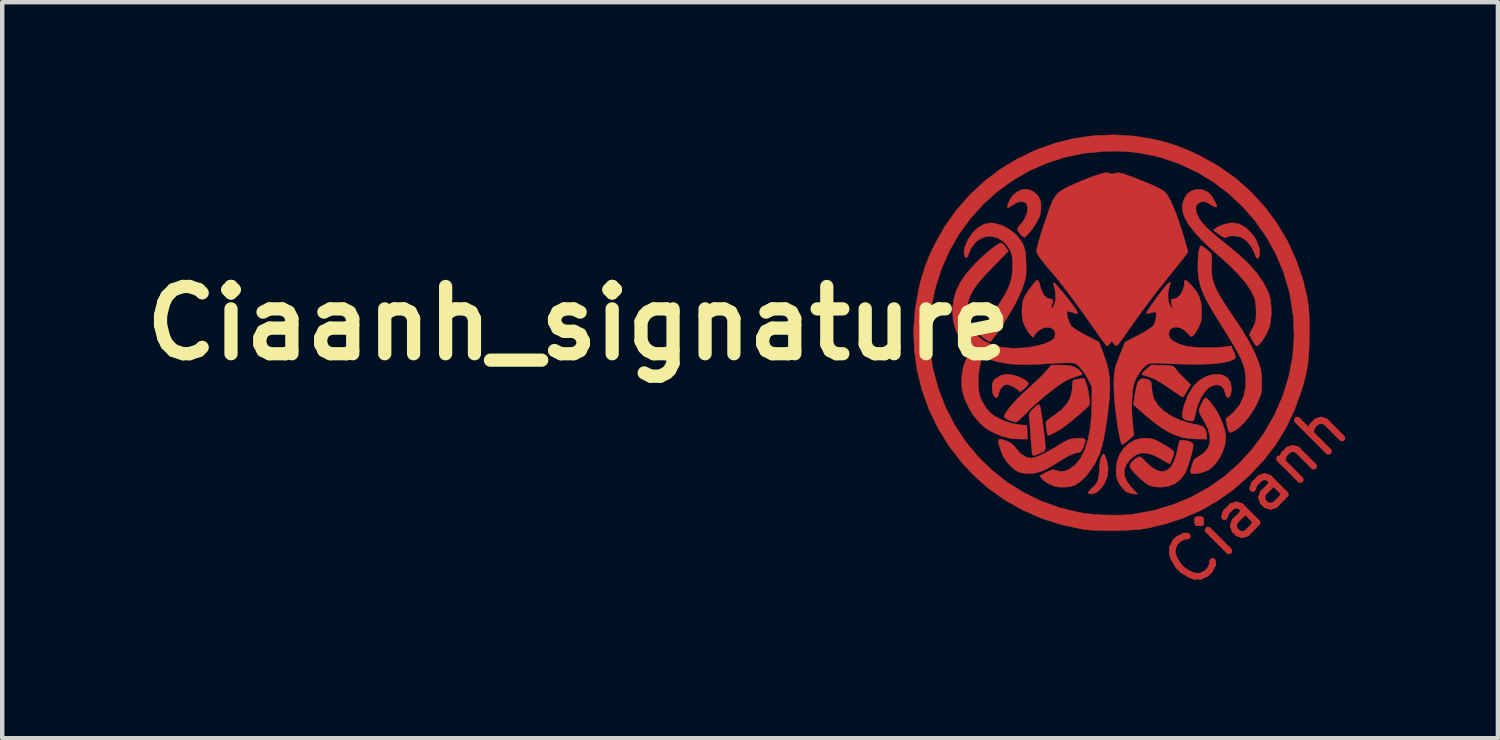
<source format=kicad_pcb>
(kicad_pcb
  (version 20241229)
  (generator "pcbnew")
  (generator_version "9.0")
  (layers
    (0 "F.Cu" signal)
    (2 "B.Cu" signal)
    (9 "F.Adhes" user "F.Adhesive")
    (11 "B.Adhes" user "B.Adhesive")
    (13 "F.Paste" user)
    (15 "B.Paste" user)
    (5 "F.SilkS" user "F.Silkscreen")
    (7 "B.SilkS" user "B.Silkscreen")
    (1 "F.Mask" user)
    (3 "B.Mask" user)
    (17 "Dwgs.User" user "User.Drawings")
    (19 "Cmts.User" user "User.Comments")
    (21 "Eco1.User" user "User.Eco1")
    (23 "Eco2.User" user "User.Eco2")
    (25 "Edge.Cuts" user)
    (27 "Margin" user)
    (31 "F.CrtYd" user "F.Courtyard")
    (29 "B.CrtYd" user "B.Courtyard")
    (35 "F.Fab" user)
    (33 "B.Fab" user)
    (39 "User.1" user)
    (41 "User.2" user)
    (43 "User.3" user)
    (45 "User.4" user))
  (footprint "Ciaanh_signature"
    (layer "F.Cu")
    (at 22.058 4.275)
    (property "Reference" "Ciaanh_signature" (at -12 0 0) (layer "F.SilkS") (effects (font (size 1.524 1.524) (thickness 0.3))))
    (attr exclude_from_pos_files exclude_from_bom)
    (fp_poly (pts (xy -0.085 2.976) (xy -0.057 3.029) (xy -0.032 3.109) (xy -0.012 3.202) (xy -0.002 3.296) (xy -0.001 3.327) (xy -0.023 3.479) (xy -0.083 3.626) (xy -0.173 3.753) (xy -0.254 3.825) (xy -0.313 3.852) (xy -0.378 3.866) (xy -0.432 3.864) (xy -0.458 3.846) (xy -0.458 3.842) (xy -0.44 3.811) (xy -0.396 3.762) (xy -0.368 3.736) (xy -0.287 3.654) (xy -0.237 3.568) (xy -0.21 3.464) (xy -0.202 3.329) (xy -0.195 3.2) (xy -0.176 3.089) (xy -0.149 3.007) (xy -0.116 2.963) (xy -0.11 2.96) (xy -0.085 2.976)) (stroke (width 0.01) (type solid)) (fill yes) (layer "F.Cu"))
    (fp_poly (pts (xy 2.958 -2.254) (xy 3.087 -2.187) (xy 3.206 -2.086) (xy 3.309 -1.959) (xy 3.387 -1.815) (xy 3.425 -1.698) (xy 3.435 -1.609) (xy 3.428 -1.532) (xy 3.406 -1.48) (xy 3.38 -1.466) (xy 3.359 -1.488) (xy 3.332 -1.544) (xy 3.315 -1.59) (xy 3.247 -1.732) (xy 3.15 -1.851) (xy 3.035 -1.935) (xy 2.982 -1.958) (xy 2.868 -1.982) (xy 2.762 -1.978) (xy 2.68 -1.947) (xy 2.673 -1.943) (xy 2.637 -1.94) (xy 2.573 -1.972) (xy 2.511 -2.014) (xy 2.38 -2.11) (xy 2.437 -2.156) (xy 2.507 -2.197) (xy 2.608 -2.235) (xy 2.717 -2.264) (xy 2.814 -2.278) (xy 2.829 -2.278) (xy 2.958 -2.254)) (stroke (width 0.01) (type solid)) (fill yes) (layer "F.Cu"))
    (fp_poly (pts (xy -2.151 1.173) (xy -2.054 1.202) (xy -1.959 1.244) (xy -1.877 1.289) (xy -1.822 1.333) (xy -1.804 1.365) (xy -1.823 1.401) (xy -1.869 1.452) (xy -1.897 1.477) (xy -1.991 1.554) (xy -2.062 1.494) (xy -2.138 1.444) (xy -2.222 1.404) (xy -2.226 1.403) (xy -2.293 1.387) (xy -2.341 1.395) (xy -2.385 1.423) (xy -2.442 1.49) (xy -2.478 1.576) (xy -2.5 1.656) (xy -2.521 1.691) (xy -2.548 1.687) (xy -2.581 1.656) (xy -2.614 1.599) (xy -2.628 1.514) (xy -2.63 1.463) (xy -2.626 1.377) (xy -2.611 1.322) (xy -2.575 1.276) (xy -2.548 1.251) (xy -2.435 1.181) (xy -2.3 1.156) (xy -2.151 1.173)) (stroke (width 0.01) (type solid)) (fill yes) (layer "F.Cu"))
    (fp_poly (pts (xy 1.228 0.951) (xy 1.343 0.956) (xy 1.419 0.962) (xy 1.467 0.973) (xy 1.498 0.992) (xy 1.523 1.023) (xy 1.533 1.036) (xy 1.577 1.091) (xy 1.645 1.166) (xy 1.721 1.245) (xy 1.728 1.252) (xy 1.871 1.391) (xy 1.79 1.525) (xy 1.745 1.598) (xy 1.71 1.651) (xy 1.696 1.672) (xy 1.671 1.663) (xy 1.615 1.629) (xy 1.534 1.575) (xy 1.437 1.507) (xy 1.432 1.503) (xy 1.236 1.371) (xy 1.069 1.275) (xy 0.925 1.212) (xy 0.844 1.189) (xy 0.788 1.172) (xy 0.761 1.152) (xy 0.761 1.15) (xy 0.779 1.123) (xy 0.825 1.076) (xy 0.869 1.036) (xy 0.977 0.943) (xy 1.228 0.951)) (stroke (width 0.01) (type solid)) (fill yes) (layer "F.Cu"))
    (fp_poly (pts (xy -1.561 1.847) (xy -1.544 1.881) (xy -1.54 1.893) (xy -1.529 1.946) (xy -1.514 2.039) (xy -1.497 2.159) (xy -1.479 2.295) (xy -1.461 2.435) (xy -1.445 2.569) (xy -1.432 2.684) (xy -1.425 2.77) (xy -1.423 2.805) (xy -1.424 2.847) (xy -1.431 2.877) (xy -1.453 2.901) (xy -1.499 2.926) (xy -1.576 2.959) (xy -1.668 2.996) (xy -1.706 2.99) (xy -1.714 2.981) (xy -1.721 2.948) (xy -1.73 2.873) (xy -1.74 2.767) (xy -1.75 2.64) (xy -1.754 2.58) (xy -1.764 2.439) (xy -1.773 2.311) (xy -1.782 2.205) (xy -1.788 2.135) (xy -1.79 2.12) (xy -1.791 2.066) (xy -1.772 2.018) (xy -1.725 1.962) (xy -1.698 1.936) (xy -1.629 1.872) (xy -1.586 1.843) (xy -1.561 1.847)) (stroke (width 0.01) (type solid)) (fill yes) (layer "F.Cu"))
    (fp_poly (pts (xy 0.84 1.258) (xy 0.904 1.278) (xy 0.945 1.296) (xy 0.968 1.323) (xy 0.98 1.373) (xy 0.985 1.457) (xy 0.998 1.563) (xy 1.021 1.666) (xy 1.039 1.717) (xy 1.127 1.859) (xy 1.259 1.989) (xy 1.43 2.102) (xy 1.634 2.196) (xy 1.865 2.268) (xy 2.063 2.307) (xy 2.151 2.343) (xy 2.209 2.417) (xy 2.234 2.524) (xy 2.234 2.546) (xy 2.234 2.623) (xy 2.025 2.622) (xy 1.903 2.616) (xy 1.781 2.603) (xy 1.682 2.585) (xy 1.675 2.583) (xy 1.522 2.534) (xy 1.371 2.464) (xy 1.214 2.371) (xy 1.044 2.249) (xy 0.855 2.094) (xy 0.712 1.968) (xy 0.573 1.843) (xy 0.6 1.643) (xy 0.619 1.532) (xy 0.642 1.428) (xy 0.665 1.352) (xy 0.667 1.347) (xy 0.707 1.281) (xy 0.761 1.252) (xy 0.84 1.258)) (stroke (width 0.01) (type solid)) (fill yes) (layer "F.Cu"))
    (fp_poly (pts (xy 2.598 1.175) (xy 2.627 1.186) (xy 2.715 1.249) (xy 2.772 1.348) (xy 2.793 1.475) (xy 2.793 1.481) (xy 2.784 1.575) (xy 2.761 1.643) (xy 2.729 1.679) (xy 2.696 1.678) (xy 2.667 1.637) (xy 2.654 1.588) (xy 2.617 1.48) (xy 2.553 1.415) (xy 2.464 1.393) (xy 2.378 1.406) (xy 2.281 1.457) (xy 2.188 1.551) (xy 2.104 1.68) (xy 2.035 1.835) (xy 1.985 2.009) (xy 1.977 2.047) (xy 1.959 2.137) (xy 1.943 2.188) (xy 1.921 2.21) (xy 1.889 2.215) (xy 1.881 2.215) (xy 1.806 2.204) (xy 1.745 2.187) (xy 1.699 2.157) (xy 1.678 2.105) (xy 1.68 2.024) (xy 1.707 1.907) (xy 1.727 1.838) (xy 1.815 1.615) (xy 1.924 1.435) (xy 2.054 1.3) (xy 2.203 1.211) (xy 2.262 1.19) (xy 2.394 1.158) (xy 2.501 1.153) (xy 2.598 1.175)) (stroke (width 0.01) (type solid)) (fill yes) (layer "F.Cu"))
    (fp_poly (pts (xy -1.703 -2.988) (xy -1.61 -2.91) (xy -1.564 -2.845) (xy -1.537 -2.787) (xy -1.522 -2.693) (xy -1.524 -2.578) (xy -1.54 -2.468) (xy -1.555 -2.419) (xy -1.596 -2.333) (xy -1.653 -2.237) (xy -1.718 -2.141) (xy -1.785 -2.055) (xy -1.845 -1.988) (xy -1.891 -1.952) (xy -1.905 -1.949) (xy -1.932 -1.965) (xy -1.977 -2.007) (xy -1.99 -2.02) (xy -2.045 -2.094) (xy -2.053 -2.154) (xy -2.016 -2.206) (xy -1.978 -2.247) (xy -1.928 -2.313) (xy -1.902 -2.354) (xy -1.854 -2.451) (xy -1.83 -2.552) (xy -1.829 -2.643) (xy -1.852 -2.711) (xy -1.879 -2.735) (xy -1.967 -2.76) (xy -2.061 -2.74) (xy -2.158 -2.683) (xy -2.221 -2.642) (xy -2.266 -2.619) (xy -2.279 -2.618) (xy -2.282 -2.653) (xy -2.264 -2.715) (xy -2.232 -2.788) (xy -2.191 -2.859) (xy -2.167 -2.89) (xy -2.06 -2.985) (xy -1.942 -3.033) (xy -1.821 -3.034) (xy -1.703 -2.988)) (stroke (width 0.01) (type solid)) (fill yes) (layer "F.Cu"))
    (fp_poly (pts (xy -0.499 1.357) (xy -0.474 1.441) (xy -0.451 1.543) (xy -0.434 1.65) (xy -0.423 1.747) (xy -0.421 1.82) (xy -0.428 1.851) (xy -0.46 1.889) (xy -0.523 1.95) (xy -0.61 2.027) (xy -0.711 2.113) (xy -0.817 2.201) (xy -0.92 2.283) (xy -1.01 2.351) (xy -1.08 2.4) (xy -1.086 2.403) (xy -1.178 2.456) (xy -1.263 2.5) (xy -1.329 2.53) (xy -1.367 2.541) (xy -1.373 2.537) (xy -1.377 2.51) (xy -1.388 2.448) (xy -1.397 2.398) (xy -1.409 2.317) (xy -1.411 2.253) (xy -1.408 2.232) (xy -1.381 2.202) (xy -1.323 2.154) (xy -1.245 2.1) (xy -1.234 2.092) (xy -1.058 1.96) (xy -0.932 1.819) (xy -0.852 1.668) (xy -0.816 1.502) (xy -0.814 1.45) (xy -0.81 1.369) (xy -0.8 1.31) (xy -0.79 1.291) (xy -0.753 1.279) (xy -0.685 1.266) (xy -0.654 1.261) (xy -0.541 1.246) (xy -0.499 1.357)) (stroke (width 0.01) (type solid)) (fill yes) (layer "F.Cu"))
    (fp_poly (pts (xy -0.954 0.952) (xy -0.848 0.964) (xy -0.778 0.982) (xy -0.712 1.019) (xy -0.648 1.069) (xy -0.601 1.118) (xy -0.585 1.152) (xy -0.607 1.168) (xy -0.664 1.188) (xy -0.703 1.199) (xy -0.799 1.23) (xy -0.904 1.272) (xy -0.939 1.289) (xy -1.039 1.348) (xy -1.164 1.435) (xy -1.306 1.543) (xy -1.455 1.664) (xy -1.601 1.789) (xy -1.735 1.911) (xy -1.841 2.018) (xy -1.925 2.104) (xy -2 2.175) (xy -2.056 2.223) (xy -2.087 2.24) (xy -2.087 2.24) (xy -2.131 2.231) (xy -2.201 2.21) (xy -2.232 2.199) (xy -2.301 2.169) (xy -2.347 2.137) (xy -2.355 2.126) (xy -2.348 2.08) (xy -2.307 2.006) (xy -2.237 1.912) (xy -2.142 1.801) (xy -2.028 1.68) (xy -1.898 1.555) (xy -1.831 1.495) (xy -1.716 1.39) (xy -1.604 1.284) (xy -1.505 1.188) (xy -1.43 1.11) (xy -1.409 1.086) (xy -1.29 0.947) (xy -1.077 0.947) (xy -0.954 0.952)) (stroke (width 0.01) (type solid)) (fill yes) (layer "F.Cu"))
    (fp_poly (pts (xy 1.769 2.658) (xy 1.852 2.682) (xy 1.91 2.715) (xy 1.929 2.748) (xy 1.921 2.816) (xy 1.899 2.918) (xy 1.868 3.037) (xy 1.831 3.161) (xy 1.793 3.275) (xy 1.758 3.363) (xy 1.741 3.397) (xy 1.633 3.541) (xy 1.503 3.639) (xy 1.371 3.688) (xy 1.187 3.713) (xy 1.031 3.702) (xy 0.922 3.666) (xy 0.856 3.626) (xy 0.774 3.561) (xy 0.686 3.482) (xy 0.603 3.398) (xy 0.536 3.322) (xy 0.497 3.263) (xy 0.493 3.253) (xy 0.499 3.197) (xy 0.543 3.132) (xy 0.614 3.07) (xy 0.662 3.042) (xy 0.697 3.026) (xy 0.728 3.028) (xy 0.764 3.052) (xy 0.818 3.104) (xy 0.859 3.147) (xy 0.991 3.267) (xy 1.114 3.338) (xy 1.227 3.359) (xy 1.328 3.332) (xy 1.416 3.258) (xy 1.489 3.136) (xy 1.547 2.967) (xy 1.576 2.833) (xy 1.593 2.738) (xy 1.609 2.683) (xy 1.629 2.657) (xy 1.658 2.649) (xy 1.673 2.649) (xy 1.769 2.658)) (stroke (width 0.01) (type solid)) (fill yes) (layer "F.Cu"))
    (fp_poly (pts (xy 2.239 1.704) (xy 2.292 1.759) (xy 2.358 1.842) (xy 2.43 1.943) (xy 2.455 1.982) (xy 2.53 2.117) (xy 2.593 2.268) (xy 2.64 2.416) (xy 2.664 2.547) (xy 2.666 2.587) (xy 2.646 2.751) (xy 2.592 2.918) (xy 2.51 3.076) (xy 2.407 3.212) (xy 2.291 3.312) (xy 2.274 3.322) (xy 2.195 3.359) (xy 2.101 3.387) (xy 2.008 3.405) (xy 1.929 3.41) (xy 1.878 3.399) (xy 1.869 3.391) (xy 1.862 3.345) (xy 1.865 3.33) (xy 1.878 3.286) (xy 1.897 3.215) (xy 1.904 3.189) (xy 1.936 3.106) (xy 1.987 3.054) (xy 2.013 3.04) (xy 2.157 2.947) (xy 2.253 2.836) (xy 2.303 2.707) (xy 2.305 2.559) (xy 2.261 2.393) (xy 2.169 2.208) (xy 2.136 2.155) (xy 2.093 2.078) (xy 2.064 2.013) (xy 2.056 1.982) (xy 2.067 1.936) (xy 2.094 1.868) (xy 2.129 1.794) (xy 2.165 1.73) (xy 2.195 1.69) (xy 2.205 1.684) (xy 2.239 1.704)) (stroke (width 0.01) (type solid)) (fill yes) (layer "F.Cu"))
    (fp_poly (pts (xy -3.098 0.722) (xy -3.03 0.753) (xy -3.023 0.757) (xy -2.952 0.795) (xy -2.902 0.826) (xy -2.888 0.839) (xy -2.887 0.873) (xy -2.898 0.939) (xy -2.913 0.998) (xy -2.938 1.151) (xy -2.942 1.35) (xy -2.941 1.379) (xy -2.934 1.502) (xy -2.922 1.593) (xy -2.901 1.668) (xy -2.866 1.747) (xy -2.853 1.774) (xy -2.797 1.869) (xy -2.735 1.958) (xy -2.689 2.011) (xy -2.561 2.11) (xy -2.398 2.195) (xy -2.216 2.259) (xy -2.029 2.297) (xy -1.982 2.301) (xy -1.842 2.312) (xy -1.827 2.623) (xy -2.025 2.622) (xy -2.204 2.61) (xy -2.364 2.571) (xy -2.389 2.563) (xy -2.556 2.497) (xy -2.689 2.431) (xy -2.8 2.355) (xy -2.906 2.26) (xy -2.926 2.241) (xy -3.044 2.097) (xy -3.152 1.925) (xy -3.24 1.741) (xy -3.298 1.564) (xy -3.304 1.539) (xy -3.323 1.362) (xy -3.314 1.169) (xy -3.28 0.984) (xy -3.251 0.896) (xy -3.211 0.796) (xy -3.178 0.738) (xy -3.144 0.715) (xy -3.098 0.722)) (stroke (width 0.01) (type solid)) (fill yes) (layer "F.Cu"))
    (fp_poly (pts (xy 0.94 2.606) (xy 1.012 2.623) (xy 1.077 2.648) (xy 1.165 2.693) (xy 1.263 2.747) (xy 1.356 2.804) (xy 1.431 2.855) (xy 1.474 2.892) (xy 1.488 2.926) (xy 1.48 2.982) (xy 1.457 3.055) (xy 1.428 3.126) (xy 1.403 3.172) (xy 1.392 3.182) (xy 1.362 3.17) (xy 1.301 3.137) (xy 1.221 3.09) (xy 1.205 3.08) (xy 1.034 2.99) (xy 0.885 2.943) (xy 0.753 2.939) (xy 0.633 2.979) (xy 0.52 3.062) (xy 0.504 3.078) (xy 0.409 3.2) (xy 0.365 3.326) (xy 0.372 3.457) (xy 0.429 3.592) (xy 0.537 3.731) (xy 0.538 3.732) (xy 0.667 3.868) (xy 0.578 3.868) (xy 0.493 3.852) (xy 0.407 3.813) (xy 0.403 3.81) (xy 0.34 3.753) (xy 0.277 3.673) (xy 0.247 3.626) (xy 0.207 3.541) (xy 0.186 3.459) (xy 0.178 3.357) (xy 0.178 3.322) (xy 0.199 3.138) (xy 0.259 2.973) (xy 0.352 2.832) (xy 0.473 2.72) (xy 0.615 2.641) (xy 0.773 2.602) (xy 0.94 2.606)) (stroke (width 0.01) (type solid)) (fill yes) (layer "F.Cu"))
    (fp_poly (pts (xy -0.541 2.613) (xy -0.517 2.648) (xy -0.527 2.712) (xy -0.561 2.799) (xy -0.6 2.878) (xy -0.635 2.917) (xy -0.674 2.928) (xy -0.768 2.947) (xy -0.895 3.002) (xy -1.054 3.094) (xy -1.1 3.123) (xy -1.269 3.229) (xy -1.408 3.306) (xy -1.526 3.358) (xy -1.632 3.389) (xy -1.736 3.402) (xy -1.753 3.403) (xy -1.856 3.401) (xy -1.952 3.391) (xy -2.008 3.379) (xy -2.105 3.327) (xy -2.207 3.24) (xy -2.302 3.131) (xy -2.379 3.012) (xy -2.412 2.94) (xy -2.445 2.845) (xy -2.472 2.756) (xy -2.483 2.706) (xy -2.487 2.654) (xy -2.473 2.629) (xy -2.431 2.627) (xy -2.355 2.647) (xy -2.302 2.665) (xy -2.213 2.706) (xy -2.141 2.767) (xy -2.092 2.829) (xy -1.983 2.952) (xy -1.869 3.028) (xy -1.751 3.055) (xy -1.747 3.055) (xy -1.665 3.04) (xy -1.548 2.995) (xy -1.401 2.923) (xy -1.228 2.826) (xy -1.087 2.74) (xy -0.986 2.679) (xy -0.908 2.64) (xy -0.836 2.619) (xy -0.753 2.607) (xy -0.713 2.604) (xy -0.605 2.6) (xy -0.541 2.613)) (stroke (width 0.01) (type solid)) (fill yes) (layer "F.Cu"))
    (fp_poly (pts (xy -2.574 -2.267) (xy -2.397 -2.214) (xy -2.23 -2.124) (xy -2.085 -2.007) (xy -1.973 -1.87) (xy -1.929 -1.788) (xy -1.9 -1.712) (xy -1.881 -1.629) (xy -1.868 -1.525) (xy -1.861 -1.385) (xy -1.86 -1.37) (xy -1.857 -1.235) (xy -1.859 -1.134) (xy -1.869 -1.049) (xy -1.889 -0.963) (xy -1.915 -0.875) (xy -1.956 -0.764) (xy -2.014 -0.629) (xy -2.081 -0.49) (xy -2.131 -0.396) (xy -2.212 -0.255) (xy -2.299 -0.112) (xy -2.386 0.026) (xy -2.47 0.153) (xy -2.546 0.262) (xy -2.609 0.346) (xy -2.655 0.399) (xy -2.677 0.414) (xy -2.716 0.399) (xy -2.778 0.364) (xy -2.817 0.337) (xy -2.876 0.29) (xy -2.914 0.254) (xy -2.922 0.242) (xy -2.908 0.215) (xy -2.87 0.155) (xy -2.814 0.07) (xy -2.746 -0.032) (xy -2.729 -0.056) (xy -2.587 -0.264) (xy -2.472 -0.437) (xy -2.381 -0.582) (xy -2.311 -0.704) (xy -2.259 -0.81) (xy -2.222 -0.907) (xy -2.196 -1) (xy -2.18 -1.095) (xy -2.169 -1.198) (xy -2.162 -1.379) (xy -2.178 -1.524) (xy -2.219 -1.647) (xy -2.265 -1.731) (xy -2.372 -1.853) (xy -2.496 -1.932) (xy -2.629 -1.968) (xy -2.764 -1.964) (xy -2.892 -1.919) (xy -3.007 -1.834) (xy -3.1 -1.712) (xy -3.142 -1.62) (xy -3.178 -1.53) (xy -3.205 -1.486) (xy -3.227 -1.484) (xy -3.249 -1.521) (xy -3.252 -1.53) (xy -3.268 -1.61) (xy -3.256 -1.702) (xy -3.213 -1.817) (xy -3.169 -1.906) (xy -3.068 -2.056) (xy -2.947 -2.17) (xy -2.812 -2.244) (xy -2.669 -2.274) (xy -2.574 -2.267)) (stroke (width 0.01) (type solid)) (fill yes) (layer "F.Cu"))
    (fp_poly (pts (xy 2.132 -1.744) (xy 2.156 -1.73) (xy 2.222 -1.682) (xy 2.288 -1.626) (xy 2.321 -1.592) (xy 2.34 -1.559) (xy 2.348 -1.511) (xy 2.347 -1.436) (xy 2.342 -1.356) (xy 2.339 -1.224) (xy 2.347 -1.103) (xy 2.369 -0.985) (xy 2.409 -0.863) (xy 2.469 -0.731) (xy 2.552 -0.581) (xy 2.66 -0.408) (xy 2.797 -0.204) (xy 2.838 -0.145) (xy 3.04 0.16) (xy 3.203 0.436) (xy 3.328 0.683) (xy 3.414 0.901) (xy 3.449 1.019) (xy 3.469 1.129) (xy 3.478 1.254) (xy 3.479 1.342) (xy 3.478 1.456) (xy 3.472 1.539) (xy 3.457 1.611) (xy 3.43 1.687) (xy 3.386 1.785) (xy 3.366 1.828) (xy 3.286 1.974) (xy 3.192 2.113) (xy 3.089 2.24) (xy 2.985 2.345) (xy 2.885 2.422) (xy 2.798 2.465) (xy 2.76 2.471) (xy 2.732 2.446) (xy 2.705 2.373) (xy 2.691 2.318) (xy 2.676 2.237) (xy 2.668 2.179) (xy 2.669 2.158) (xy 2.849 2.01) (xy 2.983 1.84) (xy 3.071 1.649) (xy 3.115 1.434) (xy 3.116 1.24) (xy 3.108 1.15) (xy 3.096 1.066) (xy 3.075 0.983) (xy 3.045 0.894) (xy 3.003 0.796) (xy 2.945 0.682) (xy 2.871 0.547) (xy 2.776 0.387) (xy 2.658 0.195) (xy 2.516 -0.033) (xy 2.497 -0.064) (xy 2.362 -0.283) (xy 2.255 -0.469) (xy 2.173 -0.631) (xy 2.113 -0.775) (xy 2.072 -0.911) (xy 2.046 -1.044) (xy 2.034 -1.185) (xy 2.031 -1.303) (xy 2.034 -1.427) (xy 2.041 -1.543) (xy 2.052 -1.634) (xy 2.061 -1.673) (xy 2.081 -1.735) (xy 2.1 -1.756) (xy 2.132 -1.744)) (stroke (width 0.01) (type solid)) (fill yes) (layer "F.Cu"))
    (fp_poly (pts (xy 2.146 -3.026) (xy 2.261 -2.969) (xy 2.336 -2.895) (xy 2.373 -2.839) (xy 2.413 -2.767) (xy 2.446 -2.698) (xy 2.462 -2.65) (xy 2.463 -2.644) (xy 2.444 -2.632) (xy 2.397 -2.646) (xy 2.335 -2.681) (xy 2.31 -2.698) (xy 2.21 -2.75) (xy 2.117 -2.756) (xy 2.037 -2.716) (xy 2.028 -2.708) (xy 1.993 -2.66) (xy 1.985 -2.602) (xy 1.991 -2.554) (xy 2.014 -2.467) (xy 2.059 -2.377) (xy 2.129 -2.28) (xy 2.227 -2.173) (xy 2.359 -2.051) (xy 2.527 -1.911) (xy 2.688 -1.782) (xy 2.961 -1.557) (xy 3.188 -1.341) (xy 3.372 -1.131) (xy 3.516 -0.923) (xy 3.623 -0.714) (xy 3.636 -0.684) (xy 3.674 -0.545) (xy 3.693 -0.377) (xy 3.695 -0.198) (xy 3.677 -0.027) (xy 3.641 0.118) (xy 3.635 0.134) (xy 3.592 0.227) (xy 3.538 0.322) (xy 3.48 0.408) (xy 3.426 0.475) (xy 3.383 0.512) (xy 3.371 0.515) (xy 3.342 0.495) (xy 3.301 0.441) (xy 3.267 0.386) (xy 3.194 0.257) (xy 3.273 0.11) (xy 3.313 0.029) (xy 3.337 -0.04) (xy 3.348 -0.117) (xy 3.352 -0.22) (xy 3.352 -0.254) (xy 3.347 -0.38) (xy 3.334 -0.494) (xy 3.315 -0.575) (xy 3.236 -0.739) (xy 3.112 -0.921) (xy 2.941 -1.12) (xy 2.724 -1.336) (xy 2.531 -1.509) (xy 2.29 -1.724) (xy 2.092 -1.917) (xy 1.935 -2.091) (xy 1.816 -2.248) (xy 1.735 -2.392) (xy 1.69 -2.524) (xy 1.679 -2.647) (xy 1.701 -2.765) (xy 1.721 -2.819) (xy 1.789 -2.93) (xy 1.88 -2.999) (xy 2.004 -3.033) (xy 2.015 -3.034) (xy 2.146 -3.026)) (stroke (width 0.01) (type solid)) (fill yes) (layer "F.Cu"))
    (fp_poly (pts (xy -0.011 -3.409) (xy 0.016 -3.399) (xy 0.086 -3.383) (xy 0.161 -3.398) (xy 0.2 -3.409) (xy 0.243 -3.409) (xy 0.301 -3.398) (xy 0.383 -3.373) (xy 0.5 -3.331) (xy 0.532 -3.32) (xy 0.739 -3.24) (xy 0.925 -3.164) (xy 1.082 -3.093) (xy 1.202 -3.031) (xy 1.269 -2.99) (xy 1.326 -2.928) (xy 1.391 -2.821) (xy 1.462 -2.672) (xy 1.538 -2.486) (xy 1.615 -2.266) (xy 1.694 -2.018) (xy 1.739 -1.864) (xy 1.809 -1.615) (xy 1.75 -1.534) (xy 1.714 -1.487) (xy 1.653 -1.41) (xy 1.574 -1.31) (xy 1.482 -1.198) (xy 1.422 -1.123) (xy 1.099 -0.717) (xy 0.795 -0.316) (xy 0.52 0.068) (xy 0.483 0.121) (xy 0.405 0.234) (xy 0.333 0.336) (xy 0.274 0.416) (xy 0.234 0.466) (xy 0.227 0.475) (xy 0.192 0.506) (xy 0.166 0.504) (xy 0.13 0.464) (xy 0.129 0.462) (xy 0.078 0.401) (xy 0.037 0.458) (xy 0 0.5) (xy -0.025 0.515) (xy -0.046 0.495) (xy -0.09 0.44) (xy -0.154 0.355) (xy -0.231 0.248) (xy -0.318 0.125) (xy -0.325 0.115) (xy -0.496 -0.127) (xy -0.663 -0.361) (xy -0.824 -0.579) (xy -0.971 -0.774) (xy -1.101 -0.94) (xy -1.197 -1.058) (xy -1.327 -1.212) (xy -1.428 -1.333) (xy -1.503 -1.426) (xy -1.556 -1.497) (xy -1.591 -1.549) (xy -1.611 -1.59) (xy -1.619 -1.624) (xy -1.619 -1.656) (xy -1.616 -1.683) (xy -1.603 -1.746) (xy -1.576 -1.847) (xy -1.537 -1.976) (xy -1.492 -2.122) (xy -1.441 -2.276) (xy -1.39 -2.428) (xy -1.341 -2.567) (xy -1.297 -2.684) (xy -1.264 -2.764) (xy -1.206 -2.868) (xy -1.138 -2.952) (xy -1.113 -2.973) (xy -1.025 -3.03) (xy -0.899 -3.096) (xy -0.744 -3.169) (xy -0.57 -3.242) (xy -0.388 -3.311) (xy -0.317 -3.337) (xy -0.195 -3.377) (xy -0.11 -3.402) (xy -0.052 -3.411) (xy -0.011 -3.409)) (stroke (width 0.01) (type solid)) (fill yes) (layer "F.Cu"))
    (fp_poly (pts (xy 1.794 -0.951) (xy 1.859 -0.887) (xy 1.883 -0.863) (xy 1.996 -0.725) (xy 2.069 -0.59) (xy 2.108 -0.444) (xy 2.119 -0.272) (xy 2.116 -0.153) (xy 2.106 -0.065) (xy 2.083 0.011) (xy 2.05 0.086) (xy 2.004 0.17) (xy 1.958 0.24) (xy 1.931 0.273) (xy 1.897 0.299) (xy 1.87 0.297) (xy 1.834 0.262) (xy 1.813 0.238) (xy 1.723 0.153) (xy 1.628 0.102) (xy 1.537 0.084) (xy 1.459 0.099) (xy 1.401 0.146) (xy 1.372 0.226) (xy 1.371 0.256) (xy 1.396 0.334) (xy 1.47 0.403) (xy 1.594 0.465) (xy 1.726 0.507) (xy 1.84 0.529) (xy 1.989 0.544) (xy 2.158 0.552) (xy 2.334 0.553) (xy 2.5 0.547) (xy 2.642 0.532) (xy 2.643 0.532) (xy 2.785 0.51) (xy 2.824 0.595) (xy 2.866 0.691) (xy 2.883 0.753) (xy 2.877 0.792) (xy 2.85 0.817) (xy 2.846 0.819) (xy 2.728 0.864) (xy 2.562 0.897) (xy 2.348 0.919) (xy 2.086 0.929) (xy 1.776 0.928) (xy 1.416 0.915) (xy 1.371 0.913) (xy 1.215 0.906) (xy 1.101 0.902) (xy 1.02 0.902) (xy 0.964 0.906) (xy 0.924 0.916) (xy 0.891 0.931) (xy 0.872 0.943) (xy 0.789 1.016) (xy 0.705 1.124) (xy 0.63 1.254) (xy 0.596 1.328) (xy 0.57 1.423) (xy 0.551 1.558) (xy 0.539 1.719) (xy 0.535 1.896) (xy 0.539 2.078) (xy 0.552 2.252) (xy 0.556 2.284) (xy 0.585 2.534) (xy 0.464 2.641) (xy 0.396 2.697) (xy 0.342 2.736) (xy 0.315 2.749) (xy 0.3 2.726) (xy 0.281 2.661) (xy 0.258 2.563) (xy 0.234 2.441) (xy 0.229 2.414) (xy 0.19 2.159) (xy 0.16 1.909) (xy 0.139 1.672) (xy 0.129 1.455) (xy 0.129 1.265) (xy 0.14 1.11) (xy 0.162 0.998) (xy 0.187 0.922) (xy 0.226 0.818) (xy 0.27 0.702) (xy 0.289 0.655) (xy 0.382 0.426) (xy 0.678 0.272) (xy 0.794 0.209) (xy 0.896 0.147) (xy 0.975 0.094) (xy 1.02 0.056) (xy 1.023 0.053) (xy 1.052 -0.005) (xy 1.075 -0.082) (xy 1.088 -0.16) (xy 1.088 -0.223) (xy 1.075 -0.254) (xy 1.039 -0.255) (xy 0.977 -0.241) (xy 0.958 -0.235) (xy 0.892 -0.218) (xy 0.863 -0.224) (xy 0.863 -0.228) (xy 0.877 -0.258) (xy 0.916 -0.32) (xy 0.973 -0.405) (xy 1.042 -0.503) (xy 1.117 -0.605) (xy 1.191 -0.704) (xy 1.257 -0.789) (xy 1.303 -0.844) (xy 1.354 -0.898) (xy 1.392 -0.929) (xy 1.405 -0.932) (xy 1.406 -0.902) (xy 1.392 -0.841) (xy 1.38 -0.805) (xy 1.356 -0.689) (xy 1.357 -0.567) (xy 1.379 -0.455) (xy 1.423 -0.371) (xy 1.425 -0.368) (xy 1.459 -0.332) (xy 1.467 -0.334) (xy 1.458 -0.361) (xy 1.439 -0.426) (xy 1.428 -0.482) (xy 1.425 -0.532) (xy 1.451 -0.55) (xy 1.483 -0.552) (xy 1.56 -0.575) (xy 1.63 -0.639) (xy 1.685 -0.733) (xy 1.719 -0.845) (xy 1.726 -0.926) (xy 1.732 -0.969) (xy 1.753 -0.978) (xy 1.794 -0.951)) (stroke (width 0.01) (type solid)) (fill yes) (layer "F.Cu"))
    (fp_poly (pts (xy 0.6 -4.241) (xy 0.974 -4.181) (xy 1.262 -4.114) (xy 1.533 -4.03) (xy 1.806 -3.923) (xy 2.095 -3.788) (xy 2.508 -3.555) (xy 2.89 -3.283) (xy 3.239 -2.974) (xy 3.552 -2.632) (xy 3.828 -2.258) (xy 4.066 -1.857) (xy 4.261 -1.429) (xy 4.414 -0.978) (xy 4.499 -0.626) (xy 4.52 -0.518) (xy 4.535 -0.418) (xy 4.545 -0.316) (xy 4.552 -0.201) (xy 4.556 -0.062) (xy 4.557 0.112) (xy 4.557 0.21) (xy 4.555 0.458) (xy 4.547 0.667) (xy 4.532 0.85) (xy 4.508 1.018) (xy 4.474 1.185) (xy 4.428 1.362) (xy 4.377 1.53) (xy 4.217 1.972) (xy 4.022 2.381) (xy 3.788 2.76) (xy 3.512 3.116) (xy 3.196 3.449) (xy 2.854 3.752) (xy 2.498 4.009) (xy 2.125 4.225) (xy 1.727 4.403) (xy 1.3 4.544) (xy 0.875 4.645) (xy 0.748 4.664) (xy 0.582 4.679) (xy 0.39 4.69) (xy 0.184 4.696) (xy -0.024 4.697) (xy -0.222 4.694) (xy -0.397 4.686) (xy -0.537 4.672) (xy -0.565 4.668) (xy -1.047 4.566) (xy -1.506 4.42) (xy -1.94 4.23) (xy -2.348 3.999) (xy -2.727 3.728) (xy -3.075 3.417) (xy -3.317 3.155) (xy -3.61 2.774) (xy -3.859 2.371) (xy -4.062 1.949) (xy -4.219 1.512) (xy -4.33 1.063) (xy -4.393 0.604) (xy -4.403 0.276) (xy -4.037 0.276) (xy -4.028 0.537) (xy -4.008 0.783) (xy -3.977 0.998) (xy -3.966 1.049) (xy -3.844 1.494) (xy -3.678 1.917) (xy -3.472 2.314) (xy -3.227 2.684) (xy -2.947 3.022) (xy -2.634 3.328) (xy -2.29 3.599) (xy -1.918 3.833) (xy -1.521 4.027) (xy -1.101 4.178) (xy -0.66 4.285) (xy -0.498 4.311) (xy -0.324 4.33) (xy -0.121 4.342) (xy 0.093 4.347) (xy 0.302 4.344) (xy 0.488 4.334) (xy 0.575 4.324) (xy 1.031 4.24) (xy 1.468 4.109) (xy 1.883 3.936) (xy 2.274 3.72) (xy 2.637 3.465) (xy 2.97 3.172) (xy 3.27 2.843) (xy 3.535 2.48) (xy 3.762 2.085) (xy 3.785 2.039) (xy 3.967 1.612) (xy 4.099 1.177) (xy 4.181 0.735) (xy 4.212 0.288) (xy 4.193 -0.163) (xy 4.123 -0.618) (xy 4.099 -0.729) (xy 3.974 -1.154) (xy 3.804 -1.56) (xy 3.592 -1.944) (xy 3.342 -2.302) (xy 3.056 -2.633) (xy 2.738 -2.932) (xy 2.392 -3.197) (xy 2.019 -3.423) (xy 1.624 -3.609) (xy 1.209 -3.751) (xy 1.057 -3.79) (xy 0.759 -3.851) (xy 0.474 -3.887) (xy 0.182 -3.901) (xy -0.088 -3.896) (xy -0.538 -3.854) (xy -0.974 -3.764) (xy -1.391 -3.63) (xy -1.789 -3.454) (xy -2.163 -3.238) (xy -2.512 -2.985) (xy -2.832 -2.697) (xy -3.121 -2.376) (xy -3.377 -2.026) (xy -3.595 -1.647) (xy -3.774 -1.243) (xy -3.912 -0.817) (xy -3.991 -0.448) (xy -4.019 -0.231) (xy -4.034 0.015) (xy -4.037 0.276) (xy -4.403 0.276) (xy -4.407 0.139) (xy -4.373 -0.329) (xy -4.289 -0.796) (xy -4.277 -0.844) (xy -4.211 -1.093) (xy -4.139 -1.312) (xy -4.054 -1.526) (xy -3.948 -1.754) (xy -3.935 -1.779) (xy -3.704 -2.19) (xy -3.435 -2.569) (xy -3.132 -2.914) (xy -2.798 -3.224) (xy -2.436 -3.497) (xy -2.05 -3.731) (xy -1.643 -3.926) (xy -1.217 -4.078) (xy -0.777 -4.188) (xy -0.325 -4.252) (xy 0.135 -4.27) (xy 0.6 -4.241)) (stroke (width 0.01) (type solid)) (fill yes) (layer "F.Cu"))
    (fp_poly (pts (xy -2.391 -1.802) (xy -2.345 -1.753) (xy -2.327 -1.728) (xy -2.263 -1.634) (xy -2.613 -1.277) (xy -2.782 -1.099) (xy -2.916 -0.947) (xy -3.018 -0.815) (xy -3.092 -0.697) (xy -3.142 -0.589) (xy -3.172 -0.484) (xy -3.177 -0.458) (xy -3.191 -0.24) (xy -3.16 -0.043) (xy -3.087 0.13) (xy -2.973 0.278) (xy -2.822 0.397) (xy -2.634 0.486) (xy -2.413 0.543) (xy -2.161 0.566) (xy -2.129 0.566) (xy -1.939 0.558) (xy -1.755 0.537) (xy -1.586 0.503) (xy -1.438 0.461) (xy -1.321 0.41) (xy -1.243 0.355) (xy -1.22 0.325) (xy -1.197 0.24) (xy -1.217 0.167) (xy -1.273 0.115) (xy -1.358 0.09) (xy -1.435 0.094) (xy -1.499 0.119) (xy -1.57 0.164) (xy -1.632 0.218) (xy -1.671 0.269) (xy -1.677 0.29) (xy -1.688 0.316) (xy -1.717 0.305) (xy -1.759 0.265) (xy -1.806 0.203) (xy -1.854 0.127) (xy -1.897 0.045) (xy -1.929 -0.036) (xy -1.932 -0.046) (xy -1.951 -0.16) (xy -1.955 -0.298) (xy -1.945 -0.435) (xy -1.92 -0.548) (xy -1.919 -0.551) (xy -1.89 -0.612) (xy -1.841 -0.691) (xy -1.782 -0.778) (xy -1.72 -0.861) (xy -1.663 -0.93) (xy -1.618 -0.974) (xy -1.599 -0.983) (xy -1.578 -0.962) (xy -1.562 -0.914) (xy -1.515 -0.751) (xy -1.455 -0.636) (xy -1.381 -0.57) (xy -1.303 -0.552) (xy -1.263 -0.547) (xy -1.248 -0.525) (xy -1.258 -0.475) (xy -1.274 -0.427) (xy -1.291 -0.36) (xy -1.286 -0.334) (xy -1.261 -0.353) (xy -1.232 -0.401) (xy -1.199 -0.506) (xy -1.19 -0.634) (xy -1.206 -0.765) (xy -1.22 -0.817) (xy -1.237 -0.88) (xy -1.24 -0.919) (xy -1.238 -0.923) (xy -1.216 -0.912) (xy -1.171 -0.867) (xy -1.108 -0.797) (xy -1.033 -0.708) (xy -0.953 -0.609) (xy -0.874 -0.508) (xy -0.801 -0.412) (xy -0.742 -0.328) (xy -0.702 -0.266) (xy -0.687 -0.231) (xy -0.707 -0.219) (xy -0.769 -0.232) (xy -0.8 -0.243) (xy -0.87 -0.264) (xy -0.919 -0.27) (xy -0.93 -0.266) (xy -0.936 -0.23) (xy -0.925 -0.164) (xy -0.903 -0.084) (xy -0.873 -0.006) (xy -0.841 0.055) (xy -0.84 0.056) (xy -0.8 0.092) (xy -0.725 0.144) (xy -0.625 0.205) (xy -0.51 0.268) (xy -0.5 0.274) (xy -0.206 0.426) (xy -0.102 0.703) (xy -0.035 0.903) (xy 0.01 1.086) (xy 0.034 1.27) (xy 0.039 1.469) (xy 0.027 1.699) (xy 0.026 1.714) (xy 0.004 1.933) (xy -0.026 2.166) (xy -0.061 2.397) (xy -0.1 2.609) (xy -0.14 2.787) (xy -0.141 2.788) (xy -0.202 2.973) (xy -0.29 3.156) (xy -0.396 3.327) (xy -0.514 3.476) (xy -0.638 3.593) (xy -0.746 3.663) (xy -0.855 3.697) (xy -0.988 3.713) (xy -1.123 3.71) (xy -1.22 3.692) (xy -1.353 3.636) (xy -1.461 3.561) (xy -1.499 3.52) (xy -1.553 3.451) (xy -1.407 3.377) (xy -1.322 3.337) (xy -1.264 3.319) (xy -1.217 3.321) (xy -1.181 3.331) (xy -1.077 3.357) (xy -0.983 3.348) (xy -0.892 3.31) (xy -0.75 3.209) (xy -0.63 3.064) (xy -0.533 2.874) (xy -0.458 2.642) (xy -0.406 2.368) (xy -0.377 2.054) (xy -0.372 1.849) (xy -0.369 1.442) (xy -0.452 1.274) (xy -0.51 1.171) (xy -0.58 1.07) (xy -0.639 1.001) (xy -0.694 0.948) (xy -0.737 0.917) (xy -0.787 0.901) (xy -0.858 0.896) (xy -0.937 0.896) (xy -1.035 0.898) (xy -1.167 0.903) (xy -1.319 0.911) (xy -1.475 0.921) (xy -1.52 0.925) (xy -1.893 0.938) (xy -2.227 0.92) (xy -2.524 0.869) (xy -2.786 0.786) (xy -3.012 0.67) (xy -3.194 0.531) (xy -3.344 0.361) (xy -3.45 0.167) (xy -3.511 -0.051) (xy -3.527 -0.294) (xy -3.526 -0.332) (xy -3.5 -0.541) (xy -3.443 -0.737) (xy -3.349 -0.929) (xy -3.216 -1.122) (xy -3.039 -1.325) (xy -2.986 -1.38) (xy -2.879 -1.483) (xy -2.767 -1.583) (xy -2.658 -1.673) (xy -2.561 -1.747) (xy -2.483 -1.798) (xy -2.431 -1.821) (xy -2.425 -1.822) (xy -2.391 -1.802)) (stroke (width 0.01) (type solid)) (fill yes) (layer "F.Cu"))
    (fp_poly (pts (xy -0.085 2.976) (xy -0.057 3.029) (xy -0.032 3.109) (xy -0.012 3.202) (xy -0.002 3.296) (xy -0.001 3.327) (xy -0.023 3.479) (xy -0.083 3.626) (xy -0.173 3.753) (xy -0.254 3.825) (xy -0.313 3.852) (xy -0.378 3.866) (xy -0.432 3.864) (xy -0.458 3.846) (xy -0.458 3.842) (xy -0.44 3.811) (xy -0.396 3.762) (xy -0.368 3.736) (xy -0.287 3.654) (xy -0.237 3.568) (xy -0.21 3.464) (xy -0.202 3.329) (xy -0.195 3.2) (xy -0.176 3.089) (xy -0.149 3.007) (xy -0.116 2.963) (xy -0.11 2.96) (xy -0.085 2.976)) (stroke (width 0.01) (type solid)) (fill yes) (layer "F.Mask"))
    (fp_poly (pts (xy 2.958 -2.254) (xy 3.087 -2.187) (xy 3.206 -2.086) (xy 3.309 -1.959) (xy 3.387 -1.815) (xy 3.425 -1.698) (xy 3.435 -1.609) (xy 3.428 -1.532) (xy 3.406 -1.48) (xy 3.38 -1.466) (xy 3.359 -1.488) (xy 3.332 -1.544) (xy 3.315 -1.59) (xy 3.247 -1.732) (xy 3.15 -1.851) (xy 3.035 -1.935) (xy 2.982 -1.958) (xy 2.868 -1.982) (xy 2.762 -1.978) (xy 2.68 -1.947) (xy 2.673 -1.943) (xy 2.637 -1.94) (xy 2.573 -1.972) (xy 2.511 -2.014) (xy 2.38 -2.11) (xy 2.437 -2.156) (xy 2.507 -2.197) (xy 2.608 -2.235) (xy 2.717 -2.264) (xy 2.814 -2.278) (xy 2.829 -2.278) (xy 2.958 -2.254)) (stroke (width 0.01) (type solid)) (fill yes) (layer "F.Mask"))
    (fp_poly (pts (xy -2.151 1.173) (xy -2.054 1.202) (xy -1.959 1.244) (xy -1.877 1.289) (xy -1.822 1.333) (xy -1.804 1.365) (xy -1.823 1.401) (xy -1.869 1.452) (xy -1.897 1.477) (xy -1.991 1.554) (xy -2.062 1.494) (xy -2.138 1.444) (xy -2.222 1.404) (xy -2.226 1.403) (xy -2.293 1.387) (xy -2.341 1.395) (xy -2.385 1.423) (xy -2.442 1.49) (xy -2.478 1.576) (xy -2.5 1.656) (xy -2.521 1.691) (xy -2.548 1.687) (xy -2.581 1.656) (xy -2.614 1.599) (xy -2.628 1.514) (xy -2.63 1.463) (xy -2.626 1.377) (xy -2.611 1.322) (xy -2.575 1.276) (xy -2.548 1.251) (xy -2.435 1.181) (xy -2.3 1.156) (xy -2.151 1.173)) (stroke (width 0.01) (type solid)) (fill yes) (layer "F.Mask"))
    (fp_poly (pts (xy 1.228 0.951) (xy 1.343 0.956) (xy 1.419 0.962) (xy 1.467 0.973) (xy 1.498 0.992) (xy 1.523 1.023) (xy 1.533 1.036) (xy 1.577 1.091) (xy 1.645 1.166) (xy 1.721 1.245) (xy 1.728 1.252) (xy 1.871 1.391) (xy 1.79 1.525) (xy 1.745 1.598) (xy 1.71 1.651) (xy 1.696 1.672) (xy 1.671 1.663) (xy 1.615 1.629) (xy 1.534 1.575) (xy 1.437 1.507) (xy 1.432 1.503) (xy 1.236 1.371) (xy 1.069 1.275) (xy 0.925 1.212) (xy 0.844 1.189) (xy 0.788 1.172) (xy 0.761 1.152) (xy 0.761 1.15) (xy 0.779 1.123) (xy 0.825 1.076) (xy 0.869 1.036) (xy 0.977 0.943) (xy 1.228 0.951)) (stroke (width 0.01) (type solid)) (fill yes) (layer "F.Mask"))
    (fp_poly (pts (xy -1.561 1.847) (xy -1.544 1.881) (xy -1.54 1.893) (xy -1.529 1.946) (xy -1.514 2.039) (xy -1.497 2.159) (xy -1.479 2.295) (xy -1.461 2.435) (xy -1.445 2.569) (xy -1.432 2.684) (xy -1.425 2.77) (xy -1.423 2.805) (xy -1.424 2.847) (xy -1.431 2.877) (xy -1.453 2.901) (xy -1.499 2.926) (xy -1.576 2.959) (xy -1.668 2.996) (xy -1.706 2.99) (xy -1.714 2.981) (xy -1.721 2.948) (xy -1.73 2.873) (xy -1.74 2.767) (xy -1.75 2.64) (xy -1.754 2.58) (xy -1.764 2.439) (xy -1.773 2.311) (xy -1.782 2.205) (xy -1.788 2.135) (xy -1.79 2.12) (xy -1.791 2.066) (xy -1.772 2.018) (xy -1.725 1.962) (xy -1.698 1.936) (xy -1.629 1.872) (xy -1.586 1.843) (xy -1.561 1.847)) (stroke (width 0.01) (type solid)) (fill yes) (layer "F.Mask"))
    (fp_poly (pts (xy 0.84 1.258) (xy 0.904 1.278) (xy 0.945 1.296) (xy 0.968 1.323) (xy 0.98 1.373) (xy 0.985 1.457) (xy 0.998 1.563) (xy 1.021 1.666) (xy 1.039 1.717) (xy 1.127 1.859) (xy 1.259 1.989) (xy 1.43 2.102) (xy 1.634 2.196) (xy 1.865 2.268) (xy 2.063 2.307) (xy 2.151 2.343) (xy 2.209 2.417) (xy 2.234 2.524) (xy 2.234 2.546) (xy 2.234 2.623) (xy 2.025 2.622) (xy 1.903 2.616) (xy 1.781 2.603) (xy 1.682 2.585) (xy 1.675 2.583) (xy 1.522 2.534) (xy 1.371 2.464) (xy 1.214 2.371) (xy 1.044 2.249) (xy 0.855 2.094) (xy 0.712 1.968) (xy 0.573 1.843) (xy 0.6 1.643) (xy 0.619 1.532) (xy 0.642 1.428) (xy 0.665 1.352) (xy 0.667 1.347) (xy 0.707 1.281) (xy 0.761 1.252) (xy 0.84 1.258)) (stroke (width 0.01) (type solid)) (fill yes) (layer "F.Mask"))
    (fp_poly (pts (xy 2.598 1.175) (xy 2.627 1.186) (xy 2.715 1.249) (xy 2.772 1.348) (xy 2.793 1.475) (xy 2.793 1.481) (xy 2.784 1.575) (xy 2.761 1.643) (xy 2.729 1.679) (xy 2.696 1.678) (xy 2.667 1.637) (xy 2.654 1.588) (xy 2.617 1.48) (xy 2.553 1.415) (xy 2.464 1.393) (xy 2.378 1.406) (xy 2.281 1.457) (xy 2.188 1.551) (xy 2.104 1.68) (xy 2.035 1.835) (xy 1.985 2.009) (xy 1.977 2.047) (xy 1.959 2.137) (xy 1.943 2.188) (xy 1.921 2.21) (xy 1.889 2.215) (xy 1.881 2.215) (xy 1.806 2.204) (xy 1.745 2.187) (xy 1.699 2.157) (xy 1.678 2.105) (xy 1.68 2.024) (xy 1.707 1.907) (xy 1.727 1.838) (xy 1.815 1.615) (xy 1.924 1.435) (xy 2.054 1.3) (xy 2.203 1.211) (xy 2.262 1.19) (xy 2.394 1.158) (xy 2.501 1.153) (xy 2.598 1.175)) (stroke (width 0.01) (type solid)) (fill yes) (layer "F.Mask"))
    (fp_poly (pts (xy -1.703 -2.988) (xy -1.61 -2.91) (xy -1.564 -2.845) (xy -1.537 -2.787) (xy -1.522 -2.693) (xy -1.524 -2.578) (xy -1.54 -2.468) (xy -1.555 -2.419) (xy -1.596 -2.333) (xy -1.653 -2.237) (xy -1.718 -2.141) (xy -1.785 -2.055) (xy -1.845 -1.988) (xy -1.891 -1.952) (xy -1.905 -1.949) (xy -1.932 -1.965) (xy -1.977 -2.007) (xy -1.99 -2.02) (xy -2.045 -2.094) (xy -2.053 -2.154) (xy -2.016 -2.206) (xy -1.978 -2.247) (xy -1.928 -2.313) (xy -1.902 -2.354) (xy -1.854 -2.451) (xy -1.83 -2.552) (xy -1.829 -2.643) (xy -1.852 -2.711) (xy -1.879 -2.735) (xy -1.967 -2.76) (xy -2.061 -2.74) (xy -2.158 -2.683) (xy -2.221 -2.642) (xy -2.266 -2.619) (xy -2.279 -2.618) (xy -2.282 -2.653) (xy -2.264 -2.715) (xy -2.232 -2.788) (xy -2.191 -2.859) (xy -2.167 -2.89) (xy -2.06 -2.985) (xy -1.942 -3.033) (xy -1.821 -3.034) (xy -1.703 -2.988)) (stroke (width 0.01) (type solid)) (fill yes) (layer "F.Mask"))
    (fp_poly (pts (xy -0.499 1.357) (xy -0.474 1.441) (xy -0.451 1.543) (xy -0.434 1.65) (xy -0.423 1.747) (xy -0.421 1.82) (xy -0.428 1.851) (xy -0.46 1.889) (xy -0.523 1.95) (xy -0.61 2.027) (xy -0.711 2.113) (xy -0.817 2.201) (xy -0.92 2.283) (xy -1.01 2.351) (xy -1.08 2.4) (xy -1.086 2.403) (xy -1.178 2.456) (xy -1.263 2.5) (xy -1.329 2.53) (xy -1.367 2.541) (xy -1.373 2.537) (xy -1.377 2.51) (xy -1.388 2.448) (xy -1.397 2.398) (xy -1.409 2.317) (xy -1.411 2.253) (xy -1.408 2.232) (xy -1.381 2.202) (xy -1.323 2.154) (xy -1.245 2.1) (xy -1.234 2.092) (xy -1.058 1.96) (xy -0.932 1.819) (xy -0.852 1.668) (xy -0.816 1.502) (xy -0.814 1.45) (xy -0.81 1.369) (xy -0.8 1.31) (xy -0.79 1.291) (xy -0.753 1.279) (xy -0.685 1.266) (xy -0.654 1.261) (xy -0.541 1.246) (xy -0.499 1.357)) (stroke (width 0.01) (type solid)) (fill yes) (layer "F.Mask"))
    (fp_poly (pts (xy -0.954 0.952) (xy -0.848 0.964) (xy -0.778 0.982) (xy -0.712 1.019) (xy -0.648 1.069) (xy -0.601 1.118) (xy -0.585 1.152) (xy -0.607 1.168) (xy -0.664 1.188) (xy -0.703 1.199) (xy -0.799 1.23) (xy -0.904 1.272) (xy -0.939 1.289) (xy -1.039 1.348) (xy -1.164 1.435) (xy -1.306 1.543) (xy -1.455 1.664) (xy -1.601 1.789) (xy -1.735 1.911) (xy -1.841 2.018) (xy -1.925 2.104) (xy -2 2.175) (xy -2.056 2.223) (xy -2.087 2.24) (xy -2.087 2.24) (xy -2.131 2.231) (xy -2.201 2.21) (xy -2.232 2.199) (xy -2.301 2.169) (xy -2.347 2.137) (xy -2.355 2.126) (xy -2.348 2.08) (xy -2.307 2.006) (xy -2.237 1.912) (xy -2.142 1.801) (xy -2.028 1.68) (xy -1.898 1.555) (xy -1.831 1.495) (xy -1.716 1.39) (xy -1.604 1.284) (xy -1.505 1.188) (xy -1.43 1.11) (xy -1.409 1.086) (xy -1.29 0.947) (xy -1.077 0.947) (xy -0.954 0.952)) (stroke (width 0.01) (type solid)) (fill yes) (layer "F.Mask"))
    (fp_poly (pts (xy 1.769 2.658) (xy 1.852 2.682) (xy 1.91 2.715) (xy 1.929 2.748) (xy 1.921 2.816) (xy 1.899 2.918) (xy 1.868 3.037) (xy 1.831 3.161) (xy 1.793 3.275) (xy 1.758 3.363) (xy 1.741 3.397) (xy 1.633 3.541) (xy 1.503 3.639) (xy 1.371 3.688) (xy 1.187 3.713) (xy 1.031 3.702) (xy 0.922 3.666) (xy 0.856 3.626) (xy 0.774 3.561) (xy 0.686 3.482) (xy 0.603 3.398) (xy 0.536 3.322) (xy 0.497 3.263) (xy 0.493 3.253) (xy 0.499 3.197) (xy 0.543 3.132) (xy 0.614 3.07) (xy 0.662 3.042) (xy 0.697 3.026) (xy 0.728 3.028) (xy 0.764 3.052) (xy 0.818 3.104) (xy 0.859 3.147) (xy 0.991 3.267) (xy 1.114 3.338) (xy 1.227 3.359) (xy 1.328 3.332) (xy 1.416 3.258) (xy 1.489 3.136) (xy 1.547 2.967) (xy 1.576 2.833) (xy 1.593 2.738) (xy 1.609 2.683) (xy 1.629 2.657) (xy 1.658 2.649) (xy 1.673 2.649) (xy 1.769 2.658)) (stroke (width 0.01) (type solid)) (fill yes) (layer "F.Mask"))
    (fp_poly (pts (xy 2.239 1.704) (xy 2.292 1.759) (xy 2.358 1.842) (xy 2.43 1.943) (xy 2.455 1.982) (xy 2.53 2.117) (xy 2.593 2.268) (xy 2.64 2.416) (xy 2.664 2.547) (xy 2.666 2.587) (xy 2.646 2.751) (xy 2.592 2.918) (xy 2.51 3.076) (xy 2.407 3.212) (xy 2.291 3.312) (xy 2.274 3.322) (xy 2.195 3.359) (xy 2.101 3.387) (xy 2.008 3.405) (xy 1.929 3.41) (xy 1.878 3.399) (xy 1.869 3.391) (xy 1.862 3.345) (xy 1.865 3.33) (xy 1.878 3.286) (xy 1.897 3.215) (xy 1.904 3.189) (xy 1.936 3.106) (xy 1.987 3.054) (xy 2.013 3.04) (xy 2.157 2.947) (xy 2.253 2.836) (xy 2.303 2.707) (xy 2.305 2.559) (xy 2.261 2.393) (xy 2.169 2.208) (xy 2.136 2.155) (xy 2.093 2.078) (xy 2.064 2.013) (xy 2.056 1.982) (xy 2.067 1.936) (xy 2.094 1.868) (xy 2.129 1.794) (xy 2.165 1.73) (xy 2.195 1.69) (xy 2.205 1.684) (xy 2.239 1.704)) (stroke (width 0.01) (type solid)) (fill yes) (layer "F.Mask"))
    (fp_poly (pts (xy -3.098 0.722) (xy -3.03 0.753) (xy -3.023 0.757) (xy -2.952 0.795) (xy -2.902 0.826) (xy -2.888 0.839) (xy -2.887 0.873) (xy -2.898 0.939) (xy -2.913 0.998) (xy -2.938 1.151) (xy -2.942 1.35) (xy -2.941 1.379) (xy -2.934 1.502) (xy -2.922 1.593) (xy -2.901 1.668) (xy -2.866 1.747) (xy -2.853 1.774) (xy -2.797 1.869) (xy -2.735 1.958) (xy -2.689 2.011) (xy -2.561 2.11) (xy -2.398 2.195) (xy -2.216 2.259) (xy -2.029 2.297) (xy -1.982 2.301) (xy -1.842 2.312) (xy -1.827 2.623) (xy -2.025 2.622) (xy -2.204 2.61) (xy -2.364 2.571) (xy -2.389 2.563) (xy -2.556 2.497) (xy -2.689 2.431) (xy -2.8 2.355) (xy -2.906 2.26) (xy -2.926 2.241) (xy -3.044 2.097) (xy -3.152 1.925) (xy -3.24 1.741) (xy -3.298 1.564) (xy -3.304 1.539) (xy -3.323 1.362) (xy -3.314 1.169) (xy -3.28 0.984) (xy -3.251 0.896) (xy -3.211 0.796) (xy -3.178 0.738) (xy -3.144 0.715) (xy -3.098 0.722)) (stroke (width 0.01) (type solid)) (fill yes) (layer "F.Mask"))
    (fp_poly (pts (xy 0.94 2.606) (xy 1.012 2.623) (xy 1.077 2.648) (xy 1.165 2.693) (xy 1.263 2.747) (xy 1.356 2.804) (xy 1.431 2.855) (xy 1.474 2.892) (xy 1.488 2.926) (xy 1.48 2.982) (xy 1.457 3.055) (xy 1.428 3.126) (xy 1.403 3.172) (xy 1.392 3.182) (xy 1.362 3.17) (xy 1.301 3.137) (xy 1.221 3.09) (xy 1.205 3.08) (xy 1.034 2.99) (xy 0.885 2.943) (xy 0.753 2.939) (xy 0.633 2.979) (xy 0.52 3.062) (xy 0.504 3.078) (xy 0.409 3.2) (xy 0.365 3.326) (xy 0.372 3.457) (xy 0.429 3.592) (xy 0.537 3.731) (xy 0.538 3.732) (xy 0.667 3.868) (xy 0.578 3.868) (xy 0.493 3.852) (xy 0.407 3.813) (xy 0.403 3.81) (xy 0.34 3.753) (xy 0.277 3.673) (xy 0.247 3.626) (xy 0.207 3.541) (xy 0.186 3.459) (xy 0.178 3.357) (xy 0.178 3.322) (xy 0.199 3.138) (xy 0.259 2.973) (xy 0.352 2.832) (xy 0.473 2.72) (xy 0.615 2.641) (xy 0.773 2.602) (xy 0.94 2.606)) (stroke (width 0.01) (type solid)) (fill yes) (layer "F.Mask"))
    (fp_poly (pts (xy -0.541 2.613) (xy -0.517 2.648) (xy -0.527 2.712) (xy -0.561 2.799) (xy -0.6 2.878) (xy -0.635 2.917) (xy -0.674 2.928) (xy -0.768 2.947) (xy -0.895 3.002) (xy -1.054 3.094) (xy -1.1 3.123) (xy -1.269 3.229) (xy -1.408 3.306) (xy -1.526 3.358) (xy -1.632 3.389) (xy -1.736 3.402) (xy -1.753 3.403) (xy -1.856 3.401) (xy -1.952 3.391) (xy -2.008 3.379) (xy -2.105 3.327) (xy -2.207 3.24) (xy -2.302 3.131) (xy -2.379 3.012) (xy -2.412 2.94) (xy -2.445 2.845) (xy -2.472 2.756) (xy -2.483 2.706) (xy -2.487 2.654) (xy -2.473 2.629) (xy -2.431 2.627) (xy -2.355 2.647) (xy -2.302 2.665) (xy -2.213 2.706) (xy -2.141 2.767) (xy -2.092 2.829) (xy -1.983 2.952) (xy -1.869 3.028) (xy -1.751 3.055) (xy -1.747 3.055) (xy -1.665 3.04) (xy -1.548 2.995) (xy -1.401 2.923) (xy -1.228 2.826) (xy -1.087 2.74) (xy -0.986 2.679) (xy -0.908 2.64) (xy -0.836 2.619) (xy -0.753 2.607) (xy -0.713 2.604) (xy -0.605 2.6) (xy -0.541 2.613)) (stroke (width 0.01) (type solid)) (fill yes) (layer "F.Mask"))
    (fp_poly (pts (xy -2.574 -2.267) (xy -2.397 -2.214) (xy -2.23 -2.124) (xy -2.085 -2.007) (xy -1.973 -1.87) (xy -1.929 -1.788) (xy -1.9 -1.712) (xy -1.881 -1.629) (xy -1.868 -1.525) (xy -1.861 -1.385) (xy -1.86 -1.37) (xy -1.857 -1.235) (xy -1.859 -1.134) (xy -1.869 -1.049) (xy -1.889 -0.963) (xy -1.915 -0.875) (xy -1.956 -0.764) (xy -2.014 -0.629) (xy -2.081 -0.49) (xy -2.131 -0.396) (xy -2.212 -0.255) (xy -2.299 -0.112) (xy -2.386 0.026) (xy -2.47 0.153) (xy -2.546 0.262) (xy -2.609 0.346) (xy -2.655 0.399) (xy -2.677 0.414) (xy -2.716 0.399) (xy -2.778 0.364) (xy -2.817 0.337) (xy -2.876 0.29) (xy -2.914 0.254) (xy -2.922 0.242) (xy -2.908 0.215) (xy -2.87 0.155) (xy -2.814 0.07) (xy -2.746 -0.032) (xy -2.729 -0.056) (xy -2.587 -0.264) (xy -2.472 -0.437) (xy -2.381 -0.582) (xy -2.311 -0.704) (xy -2.259 -0.81) (xy -2.222 -0.907) (xy -2.196 -1) (xy -2.18 -1.095) (xy -2.169 -1.198) (xy -2.162 -1.379) (xy -2.178 -1.524) (xy -2.219 -1.647) (xy -2.265 -1.731) (xy -2.372 -1.853) (xy -2.496 -1.932) (xy -2.629 -1.968) (xy -2.764 -1.964) (xy -2.892 -1.919) (xy -3.007 -1.834) (xy -3.1 -1.712) (xy -3.142 -1.62) (xy -3.178 -1.53) (xy -3.205 -1.486) (xy -3.227 -1.484) (xy -3.249 -1.521) (xy -3.252 -1.53) (xy -3.268 -1.61) (xy -3.256 -1.702) (xy -3.213 -1.817) (xy -3.169 -1.906) (xy -3.068 -2.056) (xy -2.947 -2.17) (xy -2.812 -2.244) (xy -2.669 -2.274) (xy -2.574 -2.267)) (stroke (width 0.01) (type solid)) (fill yes) (layer "F.Mask"))
    (fp_poly (pts (xy 2.132 -1.744) (xy 2.156 -1.73) (xy 2.222 -1.682) (xy 2.288 -1.626) (xy 2.321 -1.592) (xy 2.34 -1.559) (xy 2.348 -1.511) (xy 2.347 -1.436) (xy 2.342 -1.356) (xy 2.339 -1.224) (xy 2.347 -1.103) (xy 2.369 -0.985) (xy 2.409 -0.863) (xy 2.469 -0.731) (xy 2.552 -0.581) (xy 2.66 -0.408) (xy 2.797 -0.204) (xy 2.838 -0.145) (xy 3.04 0.16) (xy 3.203 0.436) (xy 3.328 0.683) (xy 3.414 0.901) (xy 3.449 1.019) (xy 3.469 1.129) (xy 3.478 1.254) (xy 3.479 1.342) (xy 3.478 1.456) (xy 3.472 1.539) (xy 3.457 1.611) (xy 3.43 1.687) (xy 3.386 1.785) (xy 3.366 1.828) (xy 3.286 1.974) (xy 3.192 2.113) (xy 3.089 2.24) (xy 2.985 2.345) (xy 2.885 2.422) (xy 2.798 2.465) (xy 2.76 2.471) (xy 2.732 2.446) (xy 2.705 2.373) (xy 2.691 2.318) (xy 2.676 2.237) (xy 2.668 2.179) (xy 2.669 2.158) (xy 2.849 2.01) (xy 2.983 1.84) (xy 3.071 1.649) (xy 3.115 1.434) (xy 3.116 1.24) (xy 3.108 1.15) (xy 3.096 1.066) (xy 3.075 0.983) (xy 3.045 0.894) (xy 3.003 0.796) (xy 2.945 0.682) (xy 2.871 0.547) (xy 2.776 0.387) (xy 2.658 0.195) (xy 2.516 -0.033) (xy 2.497 -0.064) (xy 2.362 -0.283) (xy 2.255 -0.469) (xy 2.173 -0.631) (xy 2.113 -0.775) (xy 2.072 -0.911) (xy 2.046 -1.044) (xy 2.034 -1.185) (xy 2.031 -1.303) (xy 2.034 -1.427) (xy 2.041 -1.543) (xy 2.052 -1.634) (xy 2.061 -1.673) (xy 2.081 -1.735) (xy 2.1 -1.756) (xy 2.132 -1.744)) (stroke (width 0.01) (type solid)) (fill yes) (layer "F.Mask"))
    (fp_poly (pts (xy 2.146 -3.026) (xy 2.261 -2.969) (xy 2.336 -2.895) (xy 2.373 -2.839) (xy 2.413 -2.767) (xy 2.446 -2.698) (xy 2.462 -2.65) (xy 2.463 -2.644) (xy 2.444 -2.632) (xy 2.397 -2.646) (xy 2.335 -2.681) (xy 2.31 -2.698) (xy 2.21 -2.75) (xy 2.117 -2.756) (xy 2.037 -2.716) (xy 2.028 -2.708) (xy 1.993 -2.66) (xy 1.985 -2.602) (xy 1.991 -2.554) (xy 2.014 -2.467) (xy 2.059 -2.377) (xy 2.129 -2.28) (xy 2.227 -2.173) (xy 2.359 -2.051) (xy 2.527 -1.911) (xy 2.688 -1.782) (xy 2.961 -1.557) (xy 3.188 -1.341) (xy 3.372 -1.131) (xy 3.516 -0.923) (xy 3.623 -0.714) (xy 3.636 -0.684) (xy 3.674 -0.545) (xy 3.693 -0.377) (xy 3.695 -0.198) (xy 3.677 -0.027) (xy 3.641 0.118) (xy 3.635 0.134) (xy 3.592 0.227) (xy 3.538 0.322) (xy 3.48 0.408) (xy 3.426 0.475) (xy 3.383 0.512) (xy 3.371 0.515) (xy 3.342 0.495) (xy 3.301 0.441) (xy 3.267 0.386) (xy 3.194 0.257) (xy 3.273 0.11) (xy 3.313 0.029) (xy 3.337 -0.04) (xy 3.348 -0.117) (xy 3.352 -0.22) (xy 3.352 -0.254) (xy 3.347 -0.38) (xy 3.334 -0.494) (xy 3.315 -0.575) (xy 3.236 -0.739) (xy 3.112 -0.921) (xy 2.941 -1.12) (xy 2.724 -1.336) (xy 2.531 -1.509) (xy 2.29 -1.724) (xy 2.092 -1.917) (xy 1.935 -2.091) (xy 1.816 -2.248) (xy 1.735 -2.392) (xy 1.69 -2.524) (xy 1.679 -2.647) (xy 1.701 -2.765) (xy 1.721 -2.819) (xy 1.789 -2.93) (xy 1.88 -2.999) (xy 2.004 -3.033) (xy 2.015 -3.034) (xy 2.146 -3.026)) (stroke (width 0.01) (type solid)) (fill yes) (layer "F.Mask"))
    (fp_poly (pts (xy -0.011 -3.409) (xy 0.016 -3.399) (xy 0.086 -3.383) (xy 0.161 -3.398) (xy 0.2 -3.409) (xy 0.243 -3.409) (xy 0.301 -3.398) (xy 0.383 -3.373) (xy 0.5 -3.331) (xy 0.532 -3.32) (xy 0.739 -3.24) (xy 0.925 -3.164) (xy 1.082 -3.093) (xy 1.202 -3.031) (xy 1.269 -2.99) (xy 1.326 -2.928) (xy 1.391 -2.821) (xy 1.462 -2.672) (xy 1.538 -2.486) (xy 1.615 -2.266) (xy 1.694 -2.018) (xy 1.739 -1.864) (xy 1.809 -1.615) (xy 1.75 -1.534) (xy 1.714 -1.487) (xy 1.653 -1.41) (xy 1.574 -1.31) (xy 1.482 -1.198) (xy 1.422 -1.123) (xy 1.099 -0.717) (xy 0.795 -0.316) (xy 0.52 0.068) (xy 0.483 0.121) (xy 0.405 0.234) (xy 0.333 0.336) (xy 0.274 0.416) (xy 0.234 0.466) (xy 0.227 0.475) (xy 0.192 0.506) (xy 0.166 0.504) (xy 0.13 0.464) (xy 0.129 0.462) (xy 0.078 0.401) (xy 0.037 0.458) (xy 0 0.5) (xy -0.025 0.515) (xy -0.046 0.495) (xy -0.09 0.44) (xy -0.154 0.355) (xy -0.231 0.248) (xy -0.318 0.125) (xy -0.325 0.115) (xy -0.496 -0.127) (xy -0.663 -0.361) (xy -0.824 -0.579) (xy -0.971 -0.774) (xy -1.101 -0.94) (xy -1.197 -1.058) (xy -1.327 -1.212) (xy -1.428 -1.333) (xy -1.503 -1.426) (xy -1.556 -1.497) (xy -1.591 -1.549) (xy -1.611 -1.59) (xy -1.619 -1.624) (xy -1.619 -1.656) (xy -1.616 -1.683) (xy -1.603 -1.746) (xy -1.576 -1.847) (xy -1.537 -1.976) (xy -1.492 -2.122) (xy -1.441 -2.276) (xy -1.39 -2.428) (xy -1.341 -2.567) (xy -1.297 -2.684) (xy -1.264 -2.764) (xy -1.206 -2.868) (xy -1.138 -2.952) (xy -1.113 -2.973) (xy -1.025 -3.03) (xy -0.899 -3.096) (xy -0.744 -3.169) (xy -0.57 -3.242) (xy -0.388 -3.311) (xy -0.317 -3.337) (xy -0.195 -3.377) (xy -0.11 -3.402) (xy -0.052 -3.411) (xy -0.011 -3.409)) (stroke (width 0.01) (type solid)) (fill yes) (layer "F.Mask"))
    (fp_poly (pts (xy 1.794 -0.951) (xy 1.859 -0.887) (xy 1.883 -0.863) (xy 1.996 -0.725) (xy 2.069 -0.59) (xy 2.108 -0.444) (xy 2.119 -0.272) (xy 2.116 -0.153) (xy 2.106 -0.065) (xy 2.083 0.011) (xy 2.05 0.086) (xy 2.004 0.17) (xy 1.958 0.24) (xy 1.931 0.273) (xy 1.897 0.299) (xy 1.87 0.297) (xy 1.834 0.262) (xy 1.813 0.238) (xy 1.723 0.153) (xy 1.628 0.102) (xy 1.537 0.084) (xy 1.459 0.099) (xy 1.401 0.146) (xy 1.372 0.226) (xy 1.371 0.256) (xy 1.396 0.334) (xy 1.47 0.403) (xy 1.594 0.465) (xy 1.726 0.507) (xy 1.84 0.529) (xy 1.989 0.544) (xy 2.158 0.552) (xy 2.334 0.553) (xy 2.5 0.547) (xy 2.642 0.532) (xy 2.643 0.532) (xy 2.785 0.51) (xy 2.824 0.595) (xy 2.866 0.691) (xy 2.883 0.753) (xy 2.877 0.792) (xy 2.85 0.817) (xy 2.846 0.819) (xy 2.728 0.864) (xy 2.562 0.897) (xy 2.348 0.919) (xy 2.086 0.929) (xy 1.776 0.928) (xy 1.416 0.915) (xy 1.371 0.913) (xy 1.215 0.906) (xy 1.101 0.902) (xy 1.02 0.902) (xy 0.964 0.906) (xy 0.924 0.916) (xy 0.891 0.931) (xy 0.872 0.943) (xy 0.789 1.016) (xy 0.705 1.124) (xy 0.63 1.254) (xy 0.596 1.328) (xy 0.57 1.423) (xy 0.551 1.558) (xy 0.539 1.719) (xy 0.535 1.896) (xy 0.539 2.078) (xy 0.552 2.252) (xy 0.556 2.284) (xy 0.585 2.534) (xy 0.464 2.641) (xy 0.396 2.697) (xy 0.342 2.736) (xy 0.315 2.749) (xy 0.3 2.726) (xy 0.281 2.661) (xy 0.258 2.563) (xy 0.234 2.441) (xy 0.229 2.414) (xy 0.19 2.159) (xy 0.16 1.909) (xy 0.139 1.672) (xy 0.129 1.455) (xy 0.129 1.265) (xy 0.14 1.11) (xy 0.162 0.998) (xy 0.187 0.922) (xy 0.226 0.818) (xy 0.27 0.702) (xy 0.289 0.655) (xy 0.382 0.426) (xy 0.678 0.272) (xy 0.794 0.209) (xy 0.896 0.147) (xy 0.975 0.094) (xy 1.02 0.056) (xy 1.023 0.053) (xy 1.052 -0.005) (xy 1.075 -0.082) (xy 1.088 -0.16) (xy 1.088 -0.223) (xy 1.075 -0.254) (xy 1.039 -0.255) (xy 0.977 -0.241) (xy 0.958 -0.235) (xy 0.892 -0.218) (xy 0.863 -0.224) (xy 0.863 -0.228) (xy 0.877 -0.258) (xy 0.916 -0.32) (xy 0.973 -0.405) (xy 1.042 -0.503) (xy 1.117 -0.605) (xy 1.191 -0.704) (xy 1.257 -0.789) (xy 1.303 -0.844) (xy 1.354 -0.898) (xy 1.392 -0.929) (xy 1.405 -0.932) (xy 1.406 -0.902) (xy 1.392 -0.841) (xy 1.38 -0.805) (xy 1.356 -0.689) (xy 1.357 -0.567) (xy 1.379 -0.455) (xy 1.423 -0.371) (xy 1.425 -0.368) (xy 1.459 -0.332) (xy 1.467 -0.334) (xy 1.458 -0.361) (xy 1.439 -0.426) (xy 1.428 -0.482) (xy 1.425 -0.532) (xy 1.451 -0.55) (xy 1.483 -0.552) (xy 1.56 -0.575) (xy 1.63 -0.639) (xy 1.685 -0.733) (xy 1.719 -0.845) (xy 1.726 -0.926) (xy 1.732 -0.969) (xy 1.753 -0.978) (xy 1.794 -0.951)) (stroke (width 0.01) (type solid)) (fill yes) (layer "F.Mask"))
    (fp_poly (pts (xy 0.6 -4.241) (xy 0.974 -4.181) (xy 1.262 -4.114) (xy 1.533 -4.03) (xy 1.806 -3.923) (xy 2.095 -3.788) (xy 2.508 -3.555) (xy 2.89 -3.283) (xy 3.239 -2.974) (xy 3.552 -2.632) (xy 3.828 -2.258) (xy 4.066 -1.857) (xy 4.261 -1.429) (xy 4.414 -0.978) (xy 4.499 -0.626) (xy 4.52 -0.518) (xy 4.535 -0.418) (xy 4.545 -0.316) (xy 4.552 -0.201) (xy 4.556 -0.062) (xy 4.557 0.112) (xy 4.557 0.21) (xy 4.555 0.458) (xy 4.547 0.667) (xy 4.532 0.85) (xy 4.508 1.018) (xy 4.474 1.185) (xy 4.428 1.362) (xy 4.377 1.53) (xy 4.217 1.972) (xy 4.022 2.381) (xy 3.788 2.76) (xy 3.512 3.116) (xy 3.196 3.449) (xy 2.854 3.752) (xy 2.498 4.009) (xy 2.125 4.225) (xy 1.727 4.403) (xy 1.3 4.544) (xy 0.875 4.645) (xy 0.748 4.664) (xy 0.582 4.679) (xy 0.39 4.69) (xy 0.184 4.696) (xy -0.024 4.697) (xy -0.222 4.694) (xy -0.397 4.686) (xy -0.537 4.672) (xy -0.565 4.668) (xy -1.047 4.566) (xy -1.506 4.42) (xy -1.94 4.23) (xy -2.348 3.999) (xy -2.727 3.728) (xy -3.075 3.417) (xy -3.317 3.155) (xy -3.61 2.774) (xy -3.859 2.371) (xy -4.062 1.949) (xy -4.219 1.512) (xy -4.33 1.063) (xy -4.393 0.604) (xy -4.403 0.276) (xy -4.037 0.276) (xy -4.028 0.537) (xy -4.008 0.783) (xy -3.977 0.998) (xy -3.966 1.049) (xy -3.844 1.494) (xy -3.678 1.917) (xy -3.472 2.314) (xy -3.227 2.684) (xy -2.947 3.022) (xy -2.634 3.328) (xy -2.29 3.599) (xy -1.918 3.833) (xy -1.521 4.027) (xy -1.101 4.178) (xy -0.66 4.285) (xy -0.498 4.311) (xy -0.324 4.33) (xy -0.121 4.342) (xy 0.093 4.347) (xy 0.302 4.344) (xy 0.488 4.334) (xy 0.575 4.324) (xy 1.031 4.24) (xy 1.468 4.109) (xy 1.883 3.936) (xy 2.274 3.72) (xy 2.637 3.465) (xy 2.97 3.172) (xy 3.27 2.843) (xy 3.535 2.48) (xy 3.762 2.085) (xy 3.785 2.039) (xy 3.967 1.612) (xy 4.099 1.177) (xy 4.181 0.735) (xy 4.212 0.288) (xy 4.193 -0.163) (xy 4.123 -0.618) (xy 4.099 -0.729) (xy 3.974 -1.154) (xy 3.804 -1.56) (xy 3.592 -1.944) (xy 3.342 -2.302) (xy 3.056 -2.633) (xy 2.738 -2.932) (xy 2.392 -3.197) (xy 2.019 -3.423) (xy 1.624 -3.609) (xy 1.209 -3.751) (xy 1.057 -3.79) (xy 0.759 -3.851) (xy 0.474 -3.887) (xy 0.182 -3.901) (xy -0.088 -3.896) (xy -0.538 -3.854) (xy -0.974 -3.764) (xy -1.391 -3.63) (xy -1.789 -3.454) (xy -2.163 -3.238) (xy -2.512 -2.985) (xy -2.832 -2.697) (xy -3.121 -2.376) (xy -3.377 -2.026) (xy -3.595 -1.647) (xy -3.774 -1.243) (xy -3.912 -0.817) (xy -3.991 -0.448) (xy -4.019 -0.231) (xy -4.034 0.015) (xy -4.037 0.276) (xy -4.403 0.276) (xy -4.407 0.139) (xy -4.373 -0.329) (xy -4.289 -0.796) (xy -4.277 -0.844) (xy -4.211 -1.093) (xy -4.139 -1.312) (xy -4.054 -1.526) (xy -3.948 -1.754) (xy -3.935 -1.779) (xy -3.704 -2.19) (xy -3.435 -2.569) (xy -3.132 -2.914) (xy -2.798 -3.224) (xy -2.436 -3.497) (xy -2.05 -3.731) (xy -1.643 -3.926) (xy -1.217 -4.078) (xy -0.777 -4.188) (xy -0.325 -4.252) (xy 0.135 -4.27) (xy 0.6 -4.241)) (stroke (width 0.01) (type solid)) (fill yes) (layer "F.Mask"))
    (fp_poly (pts (xy -2.391 -1.802) (xy -2.345 -1.753) (xy -2.327 -1.728) (xy -2.263 -1.634) (xy -2.613 -1.277) (xy -2.782 -1.099) (xy -2.916 -0.947) (xy -3.018 -0.815) (xy -3.092 -0.697) (xy -3.142 -0.589) (xy -3.172 -0.484) (xy -3.177 -0.458) (xy -3.191 -0.24) (xy -3.16 -0.043) (xy -3.087 0.13) (xy -2.973 0.278) (xy -2.822 0.397) (xy -2.634 0.486) (xy -2.413 0.543) (xy -2.161 0.566) (xy -2.129 0.566) (xy -1.939 0.558) (xy -1.755 0.537) (xy -1.586 0.503) (xy -1.438 0.461) (xy -1.321 0.41) (xy -1.243 0.355) (xy -1.22 0.325) (xy -1.197 0.24) (xy -1.217 0.167) (xy -1.273 0.115) (xy -1.358 0.09) (xy -1.435 0.094) (xy -1.499 0.119) (xy -1.57 0.164) (xy -1.632 0.218) (xy -1.671 0.269) (xy -1.677 0.29) (xy -1.688 0.316) (xy -1.717 0.305) (xy -1.759 0.265) (xy -1.806 0.203) (xy -1.854 0.127) (xy -1.897 0.045) (xy -1.929 -0.036) (xy -1.932 -0.046) (xy -1.951 -0.16) (xy -1.955 -0.298) (xy -1.945 -0.435) (xy -1.92 -0.548) (xy -1.919 -0.551) (xy -1.89 -0.612) (xy -1.841 -0.691) (xy -1.782 -0.778) (xy -1.72 -0.861) (xy -1.663 -0.93) (xy -1.618 -0.974) (xy -1.599 -0.983) (xy -1.578 -0.962) (xy -1.562 -0.914) (xy -1.515 -0.751) (xy -1.455 -0.636) (xy -1.381 -0.57) (xy -1.303 -0.552) (xy -1.263 -0.547) (xy -1.248 -0.525) (xy -1.258 -0.475) (xy -1.274 -0.427) (xy -1.291 -0.36) (xy -1.286 -0.334) (xy -1.261 -0.353) (xy -1.232 -0.401) (xy -1.199 -0.506) (xy -1.19 -0.634) (xy -1.206 -0.765) (xy -1.22 -0.817) (xy -1.237 -0.88) (xy -1.24 -0.919) (xy -1.238 -0.923) (xy -1.216 -0.912) (xy -1.171 -0.867) (xy -1.108 -0.797) (xy -1.033 -0.708) (xy -0.953 -0.609) (xy -0.874 -0.508) (xy -0.801 -0.412) (xy -0.742 -0.328) (xy -0.702 -0.266) (xy -0.687 -0.231) (xy -0.707 -0.219) (xy -0.769 -0.232) (xy -0.8 -0.243) (xy -0.87 -0.264) (xy -0.919 -0.27) (xy -0.93 -0.266) (xy -0.936 -0.23) (xy -0.925 -0.164) (xy -0.903 -0.084) (xy -0.873 -0.006) (xy -0.841 0.055) (xy -0.84 0.056) (xy -0.8 0.092) (xy -0.725 0.144) (xy -0.625 0.205) (xy -0.51 0.268) (xy -0.5 0.274) (xy -0.206 0.426) (xy -0.102 0.703) (xy -0.035 0.903) (xy 0.01 1.086) (xy 0.034 1.27) (xy 0.039 1.469) (xy 0.027 1.699) (xy 0.026 1.714) (xy 0.004 1.933) (xy -0.026 2.166) (xy -0.061 2.397) (xy -0.1 2.609) (xy -0.14 2.787) (xy -0.141 2.788) (xy -0.202 2.973) (xy -0.29 3.156) (xy -0.396 3.327) (xy -0.514 3.476) (xy -0.638 3.593) (xy -0.746 3.663) (xy -0.855 3.697) (xy -0.988 3.713) (xy -1.123 3.71) (xy -1.22 3.692) (xy -1.353 3.636) (xy -1.461 3.561) (xy -1.499 3.52) (xy -1.553 3.451) (xy -1.407 3.377) (xy -1.322 3.337) (xy -1.264 3.319) (xy -1.217 3.321) (xy -1.181 3.331) (xy -1.077 3.357) (xy -0.983 3.348) (xy -0.892 3.31) (xy -0.75 3.209) (xy -0.63 3.064) (xy -0.533 2.874) (xy -0.458 2.642) (xy -0.406 2.368) (xy -0.377 2.054) (xy -0.372 1.849) (xy -0.369 1.442) (xy -0.452 1.274) (xy -0.51 1.171) (xy -0.58 1.07) (xy -0.639 1.001) (xy -0.694 0.948) (xy -0.737 0.917) (xy -0.787 0.901) (xy -0.858 0.896) (xy -0.937 0.896) (xy -1.035 0.898) (xy -1.167 0.903) (xy -1.319 0.911) (xy -1.475 0.921) (xy -1.52 0.925) (xy -1.893 0.938) (xy -2.227 0.92) (xy -2.524 0.869) (xy -2.786 0.786) (xy -3.012 0.67) (xy -3.194 0.531) (xy -3.344 0.361) (xy -3.45 0.167) (xy -3.511 -0.051) (xy -3.527 -0.294) (xy -3.526 -0.332) (xy -3.5 -0.541) (xy -3.443 -0.737) (xy -3.349 -0.929) (xy -3.216 -1.122) (xy -3.039 -1.325) (xy -2.986 -1.38) (xy -2.879 -1.483) (xy -2.767 -1.583) (xy -2.658 -1.673) (xy -2.561 -1.747) (xy -2.483 -1.798) (xy -2.431 -1.821) (xy -2.425 -1.822) (xy -2.391 -1.802)) (stroke (width 0.01) (type solid)) (fill yes) (layer "F.Mask"))
    (fp_text user "Ciaanh" (at 3.34 3.91 45) (unlocked yes) (layer "F.Cu") (effects (font (size 1 1) (thickness 0.15))))
    (fp_text user "Ciaanh" (at 3.34 3.91 45) (unlocked yes) (layer "F.Mask") (effects (font (size 1 1) (thickness 0.15)))))
  (gr_rect
    (start -3 -3)
    (end 30.888 13.675)
    (stroke (width 0.1) (type default))
    (fill no)
    (layer "Edge.Cuts")))
</source>
